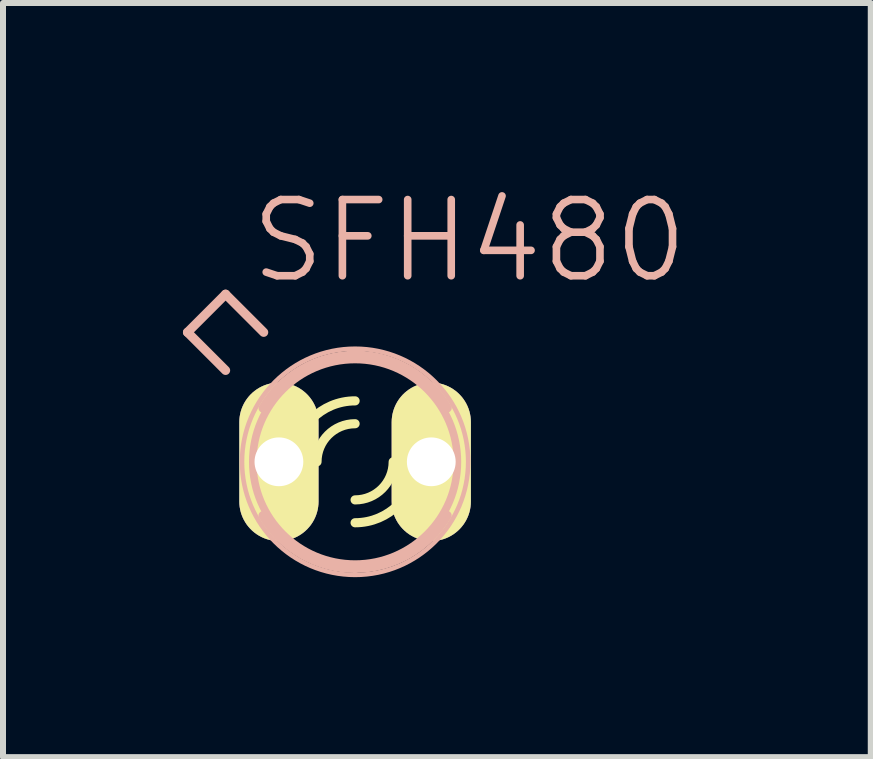
<source format=kicad_pcb>
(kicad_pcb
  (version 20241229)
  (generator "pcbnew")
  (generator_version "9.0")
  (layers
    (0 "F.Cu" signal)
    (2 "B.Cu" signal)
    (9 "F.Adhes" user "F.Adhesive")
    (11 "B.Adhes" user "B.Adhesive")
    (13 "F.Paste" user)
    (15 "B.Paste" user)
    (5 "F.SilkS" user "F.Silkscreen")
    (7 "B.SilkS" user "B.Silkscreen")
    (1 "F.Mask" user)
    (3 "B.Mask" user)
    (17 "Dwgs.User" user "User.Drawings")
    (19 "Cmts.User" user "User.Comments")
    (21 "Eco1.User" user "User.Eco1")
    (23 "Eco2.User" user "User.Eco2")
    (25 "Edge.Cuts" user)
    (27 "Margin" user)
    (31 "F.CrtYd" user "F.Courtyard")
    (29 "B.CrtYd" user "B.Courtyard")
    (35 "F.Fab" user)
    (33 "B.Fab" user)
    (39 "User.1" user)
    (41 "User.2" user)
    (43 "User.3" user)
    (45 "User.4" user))
  (footprint "SFH480"
    (layer "F.Cu")
    (at 2.87 4.649)
    (property "Reference" "SFH480" (at 1.905 -3.683 0) (layer "B.SilkS") (effects (font (size 1.27 1.27) (thickness 0.127))))
    (attr exclude_from_pos_files exclude_from_bom)
    (fp_arc (start -1.778 0) (mid -1.707402 -0.496046) (end -1.501215 -0.9527) (stroke (width 0.1524) (type solid)) (layer "F.SilkS"))
    (fp_arc (start -1.51384 0.92964) (mid -1.709767 0.482328) (end -1.776497 -0.001431) (stroke (width 0.1524) (type solid)) (layer "F.SilkS"))
    (fp_arc (start -1.016 0) (mid -0.71842 -0.71842) (end 0 -1.016) (stroke (width 0.1524) (type solid)) (layer "F.SilkS"))
    (fp_arc (start -0.635 0) (mid -0.449013 -0.449013) (end 0 -0.635) (stroke (width 0.1524) (type solid)) (layer "F.SilkS"))
    (fp_arc (start 0.635 0) (mid 0.449013 0.449013) (end 0 0.635) (stroke (width 0.1524) (type solid)) (layer "F.SilkS"))
    (fp_arc (start 1.016 0) (mid 0.71842 0.71842) (end 0 1.016) (stroke (width 0.1524) (type solid)) (layer "F.SilkS"))
    (fp_arc (start 1.51384 -0.92964) (mid 1.709767 -0.482328) (end 1.776497 0.001431) (stroke (width 0.1524) (type solid)) (layer "F.SilkS"))
    (fp_arc (start 1.778 0) (mid 1.707402 0.496046) (end 1.501215 0.9527) (stroke (width 0.1524) (type solid)) (layer "F.SilkS"))
    (fp_line (start -2.794 -2.159) (end -2.159 -2.794) (stroke (width 0.152) (type solid)) (layer "B.SilkS"))
    (fp_line (start -2.159 -1.524) (end -2.794 -2.159) (stroke (width 0.152) (type solid)) (layer "B.SilkS"))
    (fp_line (start -1.524 -2.159) (end -2.159 -2.794) (stroke (width 0.152) (type solid)) (layer "B.SilkS"))
    (fp_arc (start -1.53416 -0.89408) (mid -0.885614 -1.539063) (end -0.002081 -1.775675) (stroke (width 0.1524) (type solid)) (layer "B.SilkS"))
    (fp_arc (start 0 -1.778) (mid 0.884966 -1.542115) (end 1.535117 -0.89705) (stroke (width 0.1524) (type solid)) (layer "B.SilkS"))
    (fp_arc (start 0 1.778) (mid -0.884966 1.542115) (end -1.535117 0.89705) (stroke (width 0.1524) (type solid)) (layer "B.SilkS"))
    (fp_arc (start 1.53416 0.89408) (mid 0.885614 1.539063) (end 0.002081 1.775675) (stroke (width 0.1524) (type solid)) (layer "B.SilkS"))
    (fp_circle (center 0 0) (end -1.333 1.333) (stroke (width 0.076) (type solid)) (fill no) (layer "B.SilkS"))
    (fp_circle (center 0 0) (end -1.206 1.206) (stroke (width 0.127) (type solid)) (fill no) (layer "B.SilkS"))
    (pad "A" thru_hole oval (at 1.27 0 180) (size 1.321 2.642) (drill 0.813) (layers "*.Cu" "F.Mask" "F.SilkS" "F.Paste"))
    (pad "K" thru_hole oval (at -1.27 0 180) (size 1.321 2.642) (drill 0.813) (layers "*.Cu" "F.Mask" "F.SilkS" "F.Paste")))
  (gr_rect
    (start -3 -3)
    (end 11.467 9.573)
    (stroke (width 0.1) (type default))
    (fill no)
    (layer "Edge.Cuts")))
</source>
